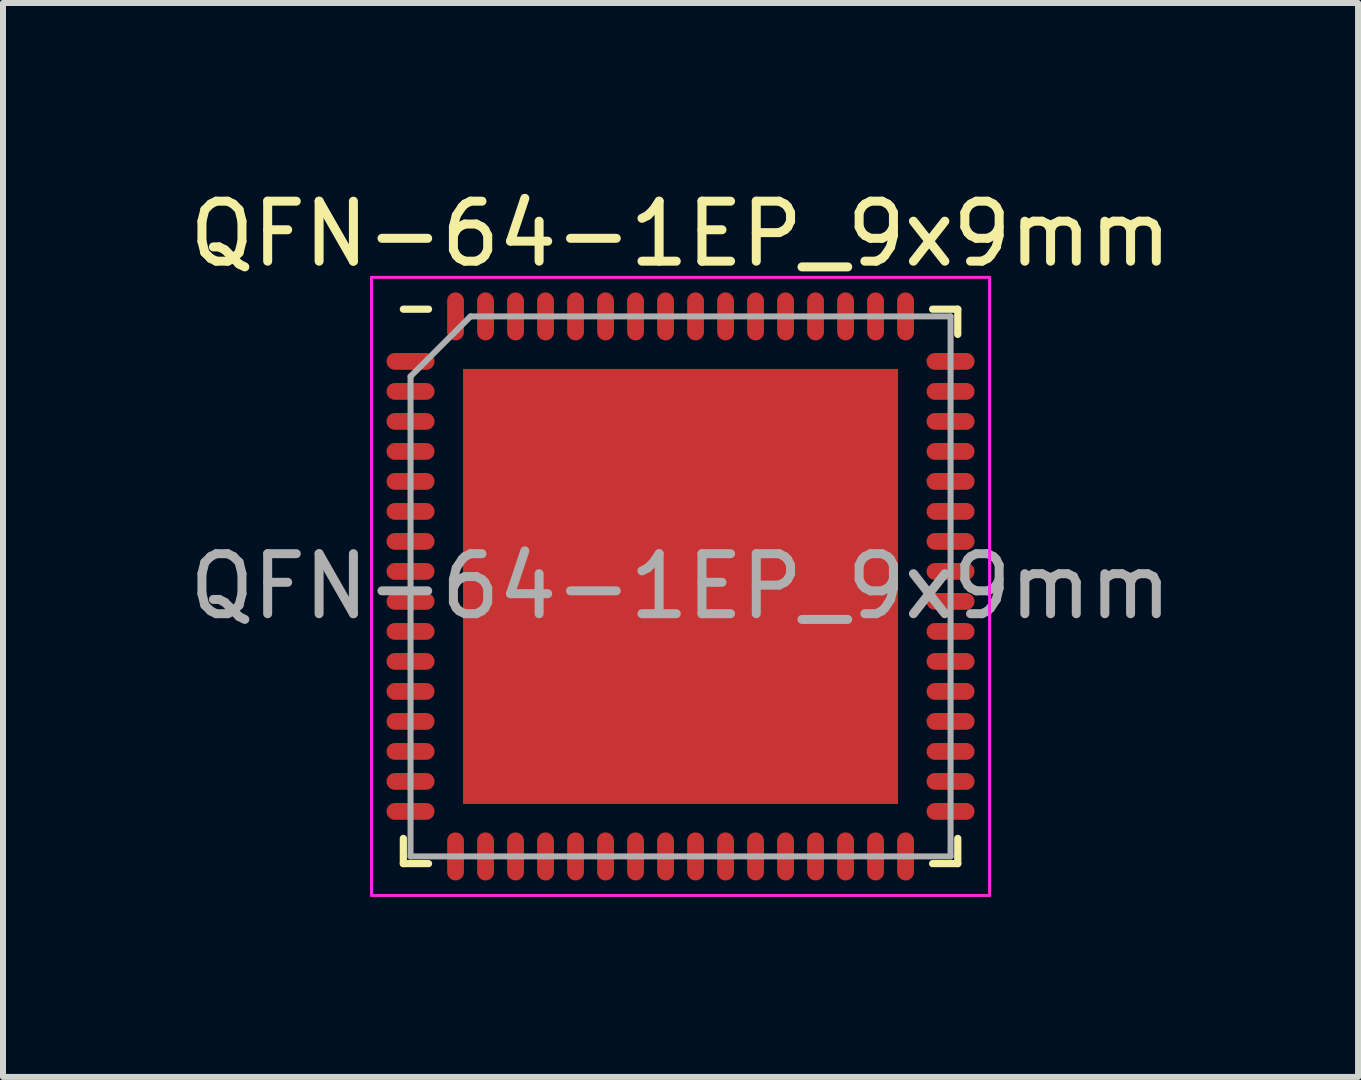
<source format=kicad_pcb>
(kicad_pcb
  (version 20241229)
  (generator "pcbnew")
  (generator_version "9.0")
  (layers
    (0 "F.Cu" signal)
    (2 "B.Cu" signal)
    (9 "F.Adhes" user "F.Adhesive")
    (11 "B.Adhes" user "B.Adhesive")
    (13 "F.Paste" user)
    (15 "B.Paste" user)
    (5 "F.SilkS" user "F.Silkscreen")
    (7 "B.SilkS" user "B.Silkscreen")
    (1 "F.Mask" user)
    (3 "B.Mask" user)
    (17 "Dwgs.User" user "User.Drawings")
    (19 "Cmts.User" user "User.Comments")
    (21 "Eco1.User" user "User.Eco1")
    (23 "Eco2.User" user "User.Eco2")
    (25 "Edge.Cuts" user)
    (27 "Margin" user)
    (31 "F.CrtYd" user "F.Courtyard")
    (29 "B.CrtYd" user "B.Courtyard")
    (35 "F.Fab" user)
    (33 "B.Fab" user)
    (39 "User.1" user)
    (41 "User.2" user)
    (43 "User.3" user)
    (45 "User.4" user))
  (footprint "QFN-64-1EP_9x9mm"
    (layer "F.Cu")
    (at 8.292 6.723)
    (property "Reference" "QFN-64-1EP_9x9mm" (at 0 -5.875 0) (layer "F.SilkS") (effects (font (size 1 1) (thickness 0.15))))
    (attr smd)
    (fp_line (start -4.62 -4.62) (end -4.2 -4.62) (stroke (width 0.12) (type solid)) (layer "F.SilkS"))
    (fp_line (start -4.62 4.62) (end -4.62 4.2) (stroke (width 0.12) (type solid)) (layer "F.SilkS"))
    (fp_line (start -4.62 4.62) (end -4.2 4.62) (stroke (width 0.12) (type solid)) (layer "F.SilkS"))
    (fp_line (start 4.62 -4.62) (end 4.2 -4.62) (stroke (width 0.12) (type solid)) (layer "F.SilkS"))
    (fp_line (start 4.62 -4.62) (end 4.62 -4.2) (stroke (width 0.12) (type solid)) (layer "F.SilkS"))
    (fp_line (start 4.62 4.62) (end 4.2 4.62) (stroke (width 0.12) (type solid)) (layer "F.SilkS"))
    (fp_line (start 4.62 4.62) (end 4.62 4.2) (stroke (width 0.12) (type solid)) (layer "F.SilkS"))
    (fp_line (start -5.15 -5.15) (end -5.15 5.15) (stroke (width 0.05) (type solid)) (layer "F.CrtYd"))
    (fp_line (start -5.15 -5.15) (end 5.15 -5.15) (stroke (width 0.05) (type solid)) (layer "F.CrtYd"))
    (fp_line (start -5.15 5.15) (end 5.15 5.15) (stroke (width 0.05) (type solid)) (layer "F.CrtYd"))
    (fp_line (start 5.15 -5.15) (end 5.15 5.15) (stroke (width 0.05) (type solid)) (layer "F.CrtYd"))
    (fp_line (start -4.5 -3.5) (end -3.5 -4.5) (stroke (width 0.1) (type solid)) (layer "F.Fab"))
    (fp_line (start -4.5 4.5) (end -4.5 -3.5) (stroke (width 0.1) (type solid)) (layer "F.Fab"))
    (fp_line (start -3.5 -4.5) (end 4.5 -4.5) (stroke (width 0.1) (type solid)) (layer "F.Fab"))
    (fp_line (start 4.5 -4.5) (end 4.5 4.5) (stroke (width 0.1) (type solid)) (layer "F.Fab"))
    (fp_line (start 4.5 4.5) (end -4.5 4.5) (stroke (width 0.1) (type solid)) (layer "F.Fab"))
    (fp_text user "${REFERENCE}" (at 0 0 0) (layer "F.Fab") (effects (font (size 1 1) (thickness 0.15))))
    (pad "" smd rect (at -2.8 -2.8) (size 1.19 1.19) (layers "F.Paste"))
    (pad "" smd rect (at -2.8 -1.4) (size 1.19 1.19) (layers "F.Paste"))
    (pad "" smd rect (at -2.8 0) (size 1.19 1.19) (layers "F.Paste"))
    (pad "" smd rect (at -2.8 1.4) (size 1.19 1.19) (layers "F.Paste"))
    (pad "" smd rect (at -2.8 2.8) (size 1.19 1.19) (layers "F.Paste"))
    (pad "" smd rect (at -1.4 -2.8) (size 1.19 1.19) (layers "F.Paste"))
    (pad "" smd rect (at -1.4 -1.4) (size 1.19 1.19) (layers "F.Paste"))
    (pad "" smd rect (at -1.4 0) (size 1.19 1.19) (layers "F.Paste"))
    (pad "" smd rect (at -1.4 1.4) (size 1.19 1.19) (layers "F.Paste"))
    (pad "" smd rect (at -1.4 2.8) (size 1.19 1.19) (layers "F.Paste"))
    (pad "" smd rect (at 0 -2.8) (size 1.19 1.19) (layers "F.Paste"))
    (pad "" smd rect (at 0 -1.4) (size 1.19 1.19) (layers "F.Paste"))
    (pad "" smd rect (at 0 0) (size 1.19 1.19) (layers "F.Paste"))
    (pad "" smd rect (at 0 1.4) (size 1.19 1.19) (layers "F.Paste"))
    (pad "" smd rect (at 0 2.8) (size 1.19 1.19) (layers "F.Paste"))
    (pad "" smd rect (at 1.4 -2.8) (size 1.19 1.19) (layers "F.Paste"))
    (pad "" smd rect (at 1.4 -1.4) (size 1.19 1.19) (layers "F.Paste"))
    (pad "" smd rect (at 1.4 0) (size 1.19 1.19) (layers "F.Paste"))
    (pad "" smd rect (at 1.4 1.4) (size 1.19 1.19) (layers "F.Paste"))
    (pad "" smd rect (at 1.4 2.8) (size 1.19 1.19) (layers "F.Paste"))
    (pad "" smd rect (at 2.8 -2.8) (size 1.19 1.19) (layers "F.Paste"))
    (pad "" smd rect (at 2.8 -1.4) (size 1.19 1.19) (layers "F.Paste"))
    (pad "" smd rect (at 2.8 0) (size 1.19 1.19) (layers "F.Paste"))
    (pad "" smd rect (at 2.8 1.4) (size 1.19 1.19) (layers "F.Paste"))
    (pad "" smd rect (at 2.8 2.8) (size 1.19 1.19) (layers "F.Paste"))
    (pad "1" smd oval (at -4.5 -3.75) (size 0.8 0.28) (layers "F.Cu" "F.Mask" "F.Paste"))
    (pad "2" smd oval (at -4.5 -3.25) (size 0.8 0.28) (layers "F.Cu" "F.Mask" "F.Paste"))
    (pad "3" smd oval (at -4.5 -2.75) (size 0.8 0.28) (layers "F.Cu" "F.Mask" "F.Paste"))
    (pad "4" smd oval (at -4.5 -2.25) (size 0.8 0.28) (layers "F.Cu" "F.Mask" "F.Paste"))
    (pad "5" smd oval (at -4.5 -1.75) (size 0.8 0.28) (layers "F.Cu" "F.Mask" "F.Paste"))
    (pad "6" smd oval (at -4.5 -1.25) (size 0.8 0.28) (layers "F.Cu" "F.Mask" "F.Paste"))
    (pad "7" smd oval (at -4.5 -0.75) (size 0.8 0.28) (layers "F.Cu" "F.Mask" "F.Paste"))
    (pad "8" smd oval (at -4.5 -0.25) (size 0.8 0.28) (layers "F.Cu" "F.Mask" "F.Paste"))
    (pad "9" smd oval (at -4.5 0.25) (size 0.8 0.28) (layers "F.Cu" "F.Mask" "F.Paste"))
    (pad "10" smd oval (at -4.5 0.75) (size 0.8 0.28) (layers "F.Cu" "F.Mask" "F.Paste"))
    (pad "11" smd oval (at -4.5 1.25) (size 0.8 0.28) (layers "F.Cu" "F.Mask" "F.Paste"))
    (pad "12" smd oval (at -4.5 1.75) (size 0.8 0.28) (layers "F.Cu" "F.Mask" "F.Paste"))
    (pad "13" smd oval (at -4.5 2.25) (size 0.8 0.28) (layers "F.Cu" "F.Mask" "F.Paste"))
    (pad "14" smd oval (at -4.5 2.75) (size 0.8 0.28) (layers "F.Cu" "F.Mask" "F.Paste"))
    (pad "15" smd oval (at -4.5 3.25) (size 0.8 0.28) (layers "F.Cu" "F.Mask" "F.Paste"))
    (pad "16" smd oval (at -4.5 3.75) (size 0.8 0.28) (layers "F.Cu" "F.Mask" "F.Paste"))
    (pad "17" smd oval (at -3.75 4.5 90) (size 0.8 0.28) (layers "F.Cu" "F.Mask" "F.Paste"))
    (pad "18" smd oval (at -3.25 4.5 90) (size 0.8 0.28) (layers "F.Cu" "F.Mask" "F.Paste"))
    (pad "19" smd oval (at -2.75 4.5 90) (size 0.8 0.28) (layers "F.Cu" "F.Mask" "F.Paste"))
    (pad "20" smd oval (at -2.25 4.5 90) (size 0.8 0.28) (layers "F.Cu" "F.Mask" "F.Paste"))
    (pad "21" smd oval (at -1.75 4.5 90) (size 0.8 0.28) (layers "F.Cu" "F.Mask" "F.Paste"))
    (pad "22" smd oval (at -1.25 4.5 90) (size 0.8 0.28) (layers "F.Cu" "F.Mask" "F.Paste"))
    (pad "23" smd oval (at -0.75 4.5 90) (size 0.8 0.28) (layers "F.Cu" "F.Mask" "F.Paste"))
    (pad "24" smd oval (at -0.25 4.5 90) (size 0.8 0.28) (layers "F.Cu" "F.Mask" "F.Paste"))
    (pad "25" smd oval (at 0.25 4.5 90) (size 0.8 0.28) (layers "F.Cu" "F.Mask" "F.Paste"))
    (pad "26" smd oval (at 0.75 4.5 90) (size 0.8 0.28) (layers "F.Cu" "F.Mask" "F.Paste"))
    (pad "27" smd oval (at 1.25 4.5 90) (size 0.8 0.28) (layers "F.Cu" "F.Mask" "F.Paste"))
    (pad "28" smd oval (at 1.75 4.5 90) (size 0.8 0.28) (layers "F.Cu" "F.Mask" "F.Paste"))
    (pad "29" smd oval (at 2.25 4.5 90) (size 0.8 0.28) (layers "F.Cu" "F.Mask" "F.Paste"))
    (pad "30" smd oval (at 2.75 4.5 90) (size 0.8 0.28) (layers "F.Cu" "F.Mask" "F.Paste"))
    (pad "31" smd oval (at 3.25 4.5 90) (size 0.8 0.28) (layers "F.Cu" "F.Mask" "F.Paste"))
    (pad "32" smd oval (at 3.75 4.5 90) (size 0.8 0.28) (layers "F.Cu" "F.Mask" "F.Paste"))
    (pad "33" smd oval (at 4.5 3.75) (size 0.8 0.28) (layers "F.Cu" "F.Mask" "F.Paste"))
    (pad "34" smd oval (at 4.5 3.25) (size 0.8 0.28) (layers "F.Cu" "F.Mask" "F.Paste"))
    (pad "35" smd oval (at 4.5 2.75) (size 0.8 0.28) (layers "F.Cu" "F.Mask" "F.Paste"))
    (pad "36" smd oval (at 4.5 2.25) (size 0.8 0.28) (layers "F.Cu" "F.Mask" "F.Paste"))
    (pad "37" smd oval (at 4.5 1.75) (size 0.8 0.28) (layers "F.Cu" "F.Mask" "F.Paste"))
    (pad "38" smd oval (at 4.5 1.25) (size 0.8 0.28) (layers "F.Cu" "F.Mask" "F.Paste"))
    (pad "39" smd oval (at 4.5 0.75) (size 0.8 0.28) (layers "F.Cu" "F.Mask" "F.Paste"))
    (pad "40" smd oval (at 4.5 0.25) (size 0.8 0.28) (layers "F.Cu" "F.Mask" "F.Paste"))
    (pad "41" smd oval (at 4.5 -0.25) (size 0.8 0.28) (layers "F.Cu" "F.Mask" "F.Paste"))
    (pad "42" smd oval (at 4.5 -0.75) (size 0.8 0.28) (layers "F.Cu" "F.Mask" "F.Paste"))
    (pad "43" smd oval (at 4.5 -1.25) (size 0.8 0.28) (layers "F.Cu" "F.Mask" "F.Paste"))
    (pad "44" smd oval (at 4.5 -1.75) (size 0.8 0.28) (layers "F.Cu" "F.Mask" "F.Paste"))
    (pad "45" smd oval (at 4.5 -2.25) (size 0.8 0.28) (layers "F.Cu" "F.Mask" "F.Paste"))
    (pad "46" smd oval (at 4.5 -2.75) (size 0.8 0.28) (layers "F.Cu" "F.Mask" "F.Paste"))
    (pad "47" smd oval (at 4.5 -3.25) (size 0.8 0.28) (layers "F.Cu" "F.Mask" "F.Paste"))
    (pad "48" smd oval (at 4.5 -3.75) (size 0.8 0.28) (layers "F.Cu" "F.Mask" "F.Paste"))
    (pad "49" smd oval (at 3.75 -4.5 90) (size 0.8 0.28) (layers "F.Cu" "F.Mask" "F.Paste"))
    (pad "50" smd oval (at 3.25 -4.5 90) (size 0.8 0.28) (layers "F.Cu" "F.Mask" "F.Paste"))
    (pad "51" smd oval (at 2.75 -4.5 90) (size 0.8 0.28) (layers "F.Cu" "F.Mask" "F.Paste"))
    (pad "52" smd oval (at 2.25 -4.5 90) (size 0.8 0.28) (layers "F.Cu" "F.Mask" "F.Paste"))
    (pad "53" smd oval (at 1.75 -4.5 90) (size 0.8 0.28) (layers "F.Cu" "F.Mask" "F.Paste"))
    (pad "54" smd oval (at 1.25 -4.5 90) (size 0.8 0.28) (layers "F.Cu" "F.Mask" "F.Paste"))
    (pad "55" smd oval (at 0.75 -4.5 90) (size 0.8 0.28) (layers "F.Cu" "F.Mask" "F.Paste"))
    (pad "56" smd oval (at 0.25 -4.5 90) (size 0.8 0.28) (layers "F.Cu" "F.Mask" "F.Paste"))
    (pad "57" smd oval (at -0.25 -4.5 90) (size 0.8 0.28) (layers "F.Cu" "F.Mask" "F.Paste"))
    (pad "58" smd oval (at -0.75 -4.5 90) (size 0.8 0.28) (layers "F.Cu" "F.Mask" "F.Paste"))
    (pad "59" smd oval (at -1.25 -4.5 90) (size 0.8 0.28) (layers "F.Cu" "F.Mask" "F.Paste"))
    (pad "60" smd oval (at -1.75 -4.5 90) (size 0.8 0.28) (layers "F.Cu" "F.Mask" "F.Paste"))
    (pad "61" smd oval (at -2.25 -4.5 90) (size 0.8 0.28) (layers "F.Cu" "F.Mask" "F.Paste"))
    (pad "62" smd oval (at -2.75 -4.5 90) (size 0.8 0.28) (layers "F.Cu" "F.Mask" "F.Paste"))
    (pad "63" smd oval (at -3.25 -4.5 90) (size 0.8 0.28) (layers "F.Cu" "F.Mask" "F.Paste"))
    (pad "64" smd oval (at -3.75 -4.5 90) (size 0.8 0.28) (layers "F.Cu" "F.Mask" "F.Paste"))
    (pad "65" smd rect (at 0 0) (size 7.25 7.25) (layers "F.Cu" "F.Mask")))
  (gr_rect
    (start -3 -3)
    (end 19.583 14.898)
    (stroke (width 0.1) (type default))
    (fill no)
    (layer "Edge.Cuts")))
</source>
